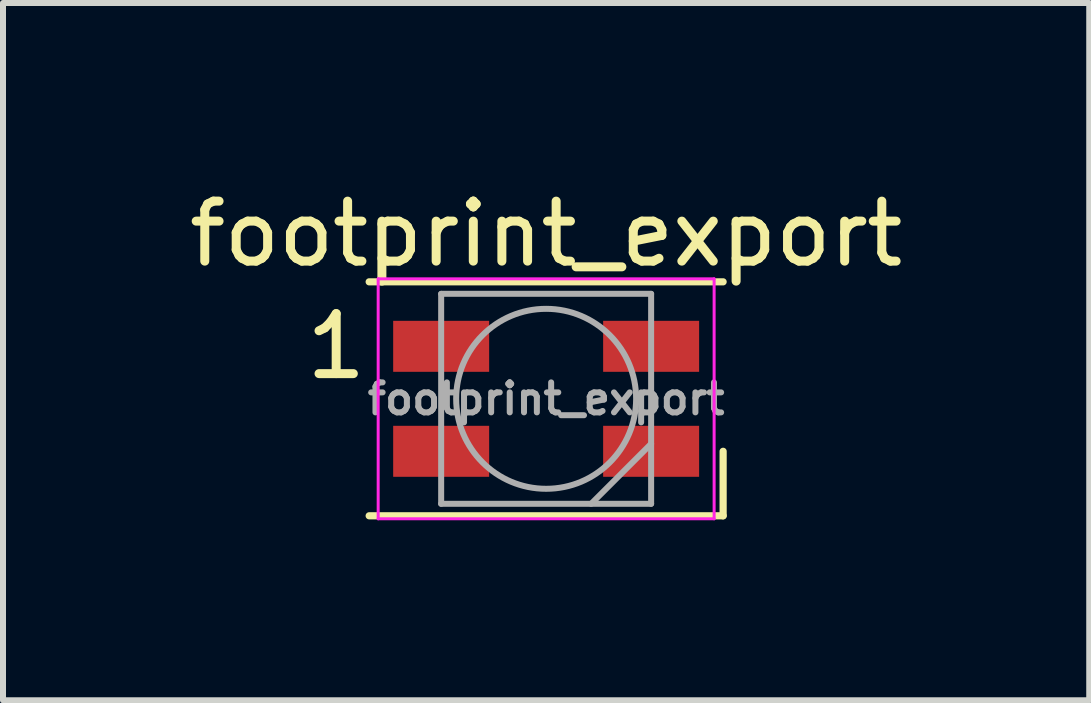
<source format=kicad_pcb>
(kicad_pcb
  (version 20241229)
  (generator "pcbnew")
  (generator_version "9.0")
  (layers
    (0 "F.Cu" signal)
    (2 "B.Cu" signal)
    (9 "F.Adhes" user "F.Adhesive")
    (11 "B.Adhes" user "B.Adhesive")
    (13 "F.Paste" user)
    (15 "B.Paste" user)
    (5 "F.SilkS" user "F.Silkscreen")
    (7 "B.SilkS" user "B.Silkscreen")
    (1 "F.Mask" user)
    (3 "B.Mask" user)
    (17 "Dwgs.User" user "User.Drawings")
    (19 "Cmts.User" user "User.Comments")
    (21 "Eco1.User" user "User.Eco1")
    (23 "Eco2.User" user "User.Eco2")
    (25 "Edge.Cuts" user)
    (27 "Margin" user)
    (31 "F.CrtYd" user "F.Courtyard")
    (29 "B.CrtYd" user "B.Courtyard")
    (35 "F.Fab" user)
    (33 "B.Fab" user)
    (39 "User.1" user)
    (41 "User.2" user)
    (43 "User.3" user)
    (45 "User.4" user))
  (footprint "footprint_export"
    (layer "F.Cu")
    (at 6.054 3.598)
    (property "Reference" "footprint_export" (at 0 -2.75 0) (layer "F.SilkS") (effects (font (size 1 1) (thickness 0.15))))
    (attr smd)
    (fp_line (start -2.95 -1.95) (end 2.95 -1.95) (stroke (width 0.12) (type solid)) (layer "F.SilkS"))
    (fp_line (start -2.95 1.95) (end 2.95 1.95) (stroke (width 0.12) (type solid)) (layer "F.SilkS"))
    (fp_line (start 2.95 1.95) (end 2.95 0.875) (stroke (width 0.12) (type solid)) (layer "F.SilkS"))
    (fp_line (start -2.8 -2) (end -2.8 2) (stroke (width 0.05) (type solid)) (layer "F.CrtYd"))
    (fp_line (start -2.8 2) (end 2.8 2) (stroke (width 0.05) (type solid)) (layer "F.CrtYd"))
    (fp_line (start 2.8 -2) (end -2.8 -2) (stroke (width 0.05) (type solid)) (layer "F.CrtYd"))
    (fp_line (start 2.8 2) (end 2.8 -2) (stroke (width 0.05) (type solid)) (layer "F.CrtYd"))
    (fp_line (start -1.75 -1.75) (end -1.75 1.75) (stroke (width 0.1) (type solid)) (layer "F.Fab"))
    (fp_line (start -1.75 1.75) (end 1.75 1.75) (stroke (width 0.1) (type solid)) (layer "F.Fab"))
    (fp_line (start 1.75 -1.75) (end -1.75 -1.75) (stroke (width 0.1) (type solid)) (layer "F.Fab"))
    (fp_line (start 1.75 0.75) (end 0.75 1.75) (stroke (width 0.1) (type solid)) (layer "F.Fab"))
    (fp_line (start 1.75 1.75) (end 1.75 -1.75) (stroke (width 0.1) (type solid)) (layer "F.Fab"))
    (fp_circle (center 0 0) (end 0 -1.5) (stroke (width 0.1) (type solid)) (fill no) (layer "F.Fab"))
    (fp_text user "1" (at -3.5 -0.875 0) (layer "F.SilkS") (effects (font (size 1 1) (thickness 0.15))))
    (fp_text user "${REFERENCE}" (at 0 0 0) (layer "F.Fab") (effects (font (size 0.5 0.5) (thickness 0.1))))
    (pad "1" smd rect (at -1.75 -0.875) (size 1.6 0.85) (layers "F.Cu" "F.Mask" "F.Paste"))
    (pad "2" smd rect (at -1.75 0.875) (size 1.6 0.85) (layers "F.Cu" "F.Mask" "F.Paste"))
    (pad "3" smd rect (at 1.75 0.875) (size 1.6 0.85) (layers "F.Cu" "F.Mask" "F.Paste"))
    (pad "4" smd rect (at 1.75 -0.875) (size 1.6 0.85) (layers "F.Cu" "F.Mask" "F.Paste")))
  (gr_rect
    (start -3 -3)
    (end 15.107 8.623)
    (stroke (width 0.1) (type default))
    (fill no)
    (layer "Edge.Cuts")))
</source>
